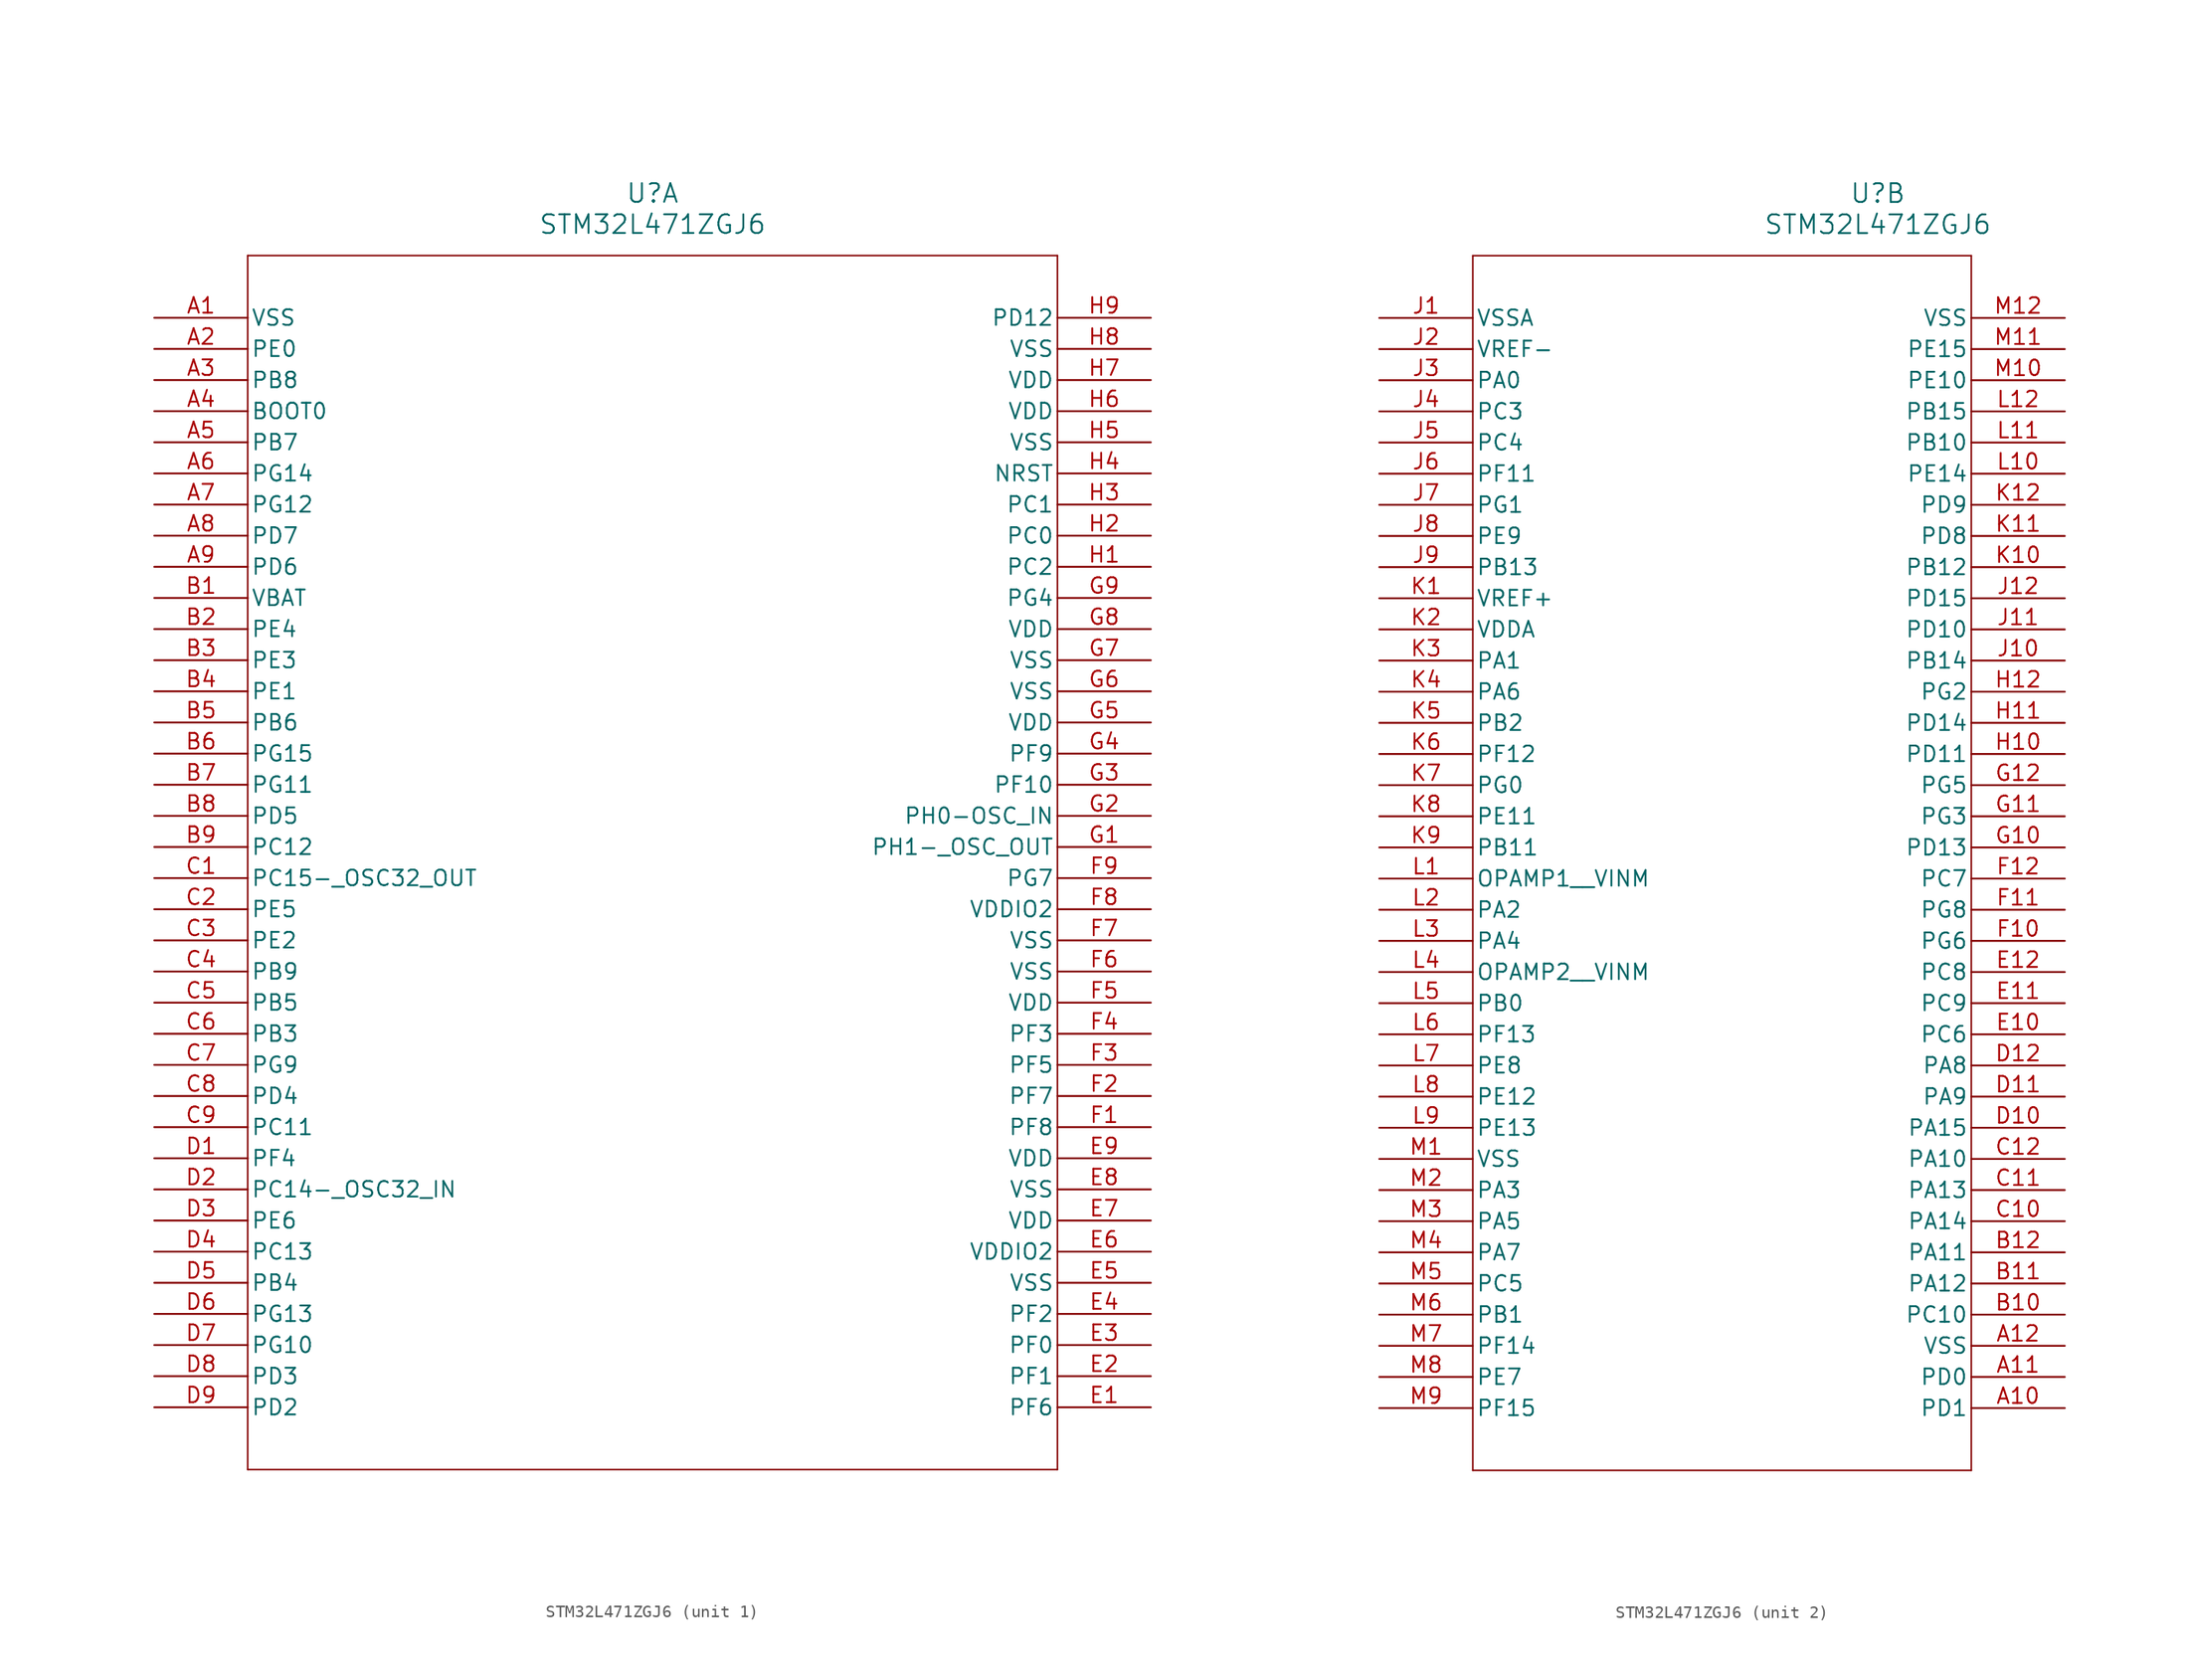
<source format=kicad_sym>
(kicad_symbol_lib
  (version 20211014)
  (generator kicad_symbol_editor)
  (symbol "STM32L471ZGJ6"
    (pin_names
      (offset 0.254))
    (property "Reference" "U"
      (at 40.64 10.16 0)
      (effects (font (size 1.524 1.524))))
    (property "Value" "STM32L471ZGJ6"
      (at 40.64 7.62 0)
      (effects (font (size 1.524 1.524))))
    (symbol "STM32L471ZGJ6_1_1"
      (polyline (pts (xy 7.62 5.08) (xy 7.62 -93.98)) (stroke (width .127) (type default) (color 0 0 0 0)) (fill (type none)))
      (polyline (pts (xy 7.62 -93.98) (xy 73.66 -93.98)) (stroke (width .127) (type default) (color 0 0 0 0)) (fill (type none)))
      (polyline (pts (xy 73.66 -93.98) (xy 73.66 5.08)) (stroke (width .127) (type default) (color 0 0 0 0)) (fill (type none)))
      (polyline (pts (xy 73.66 5.08) (xy 7.62 5.08)) (stroke (width .127) (type default) (color 0 0 0 0)) (fill (type none)))
      (pin power_out line (at 0 0 0) (length 7.62) (name "VSS" (effects (font (size 1.27 1.27)))) (number "A1" (effects (font (size 1.27 1.27)))))
      (pin bidirectional line (at 0 -2.54 0) (length 7.62) (name "PE0" (effects (font (size 1.27 1.27)))) (number "A2" (effects (font (size 1.27 1.27)))))
      (pin bidirectional line (at 0 -5.08 0) (length 7.62) (name "PB8" (effects (font (size 1.27 1.27)))) (number "A3" (effects (font (size 1.27 1.27)))))
      (pin input line (at 0 -7.62 0) (length 7.62) (name "BOOT0" (effects (font (size 1.27 1.27)))) (number "A4" (effects (font (size 1.27 1.27)))))
      (pin bidirectional line (at 0 -10.16 0) (length 7.62) (name "PB7" (effects (font (size 1.27 1.27)))) (number "A5" (effects (font (size 1.27 1.27)))))
      (pin bidirectional line (at 0 -12.7 0) (length 7.62) (name "PG14" (effects (font (size 1.27 1.27)))) (number "A6" (effects (font (size 1.27 1.27)))))
      (pin bidirectional line (at 0 -15.24 0) (length 7.62) (name "PG12" (effects (font (size 1.27 1.27)))) (number "A7" (effects (font (size 1.27 1.27)))))
      (pin bidirectional line (at 0 -17.78 0) (length 7.62) (name "PD7" (effects (font (size 1.27 1.27)))) (number "A8" (effects (font (size 1.27 1.27)))))
      (pin bidirectional line (at 0 -20.32 0) (length 7.62) (name "PD6" (effects (font (size 1.27 1.27)))) (number "A9" (effects (font (size 1.27 1.27)))))
      (pin power_in line (at 0 -22.86 0) (length 7.62) (name "VBAT" (effects (font (size 1.27 1.27)))) (number "B1" (effects (font (size 1.27 1.27)))))
      (pin bidirectional line (at 0 -25.4 0) (length 7.62) (name "PE4" (effects (font (size 1.27 1.27)))) (number "B2" (effects (font (size 1.27 1.27)))))
      (pin bidirectional line (at 0 -27.94 0) (length 7.62) (name "PE3" (effects (font (size 1.27 1.27)))) (number "B3" (effects (font (size 1.27 1.27)))))
      (pin bidirectional line (at 0 -30.48 0) (length 7.62) (name "PE1" (effects (font (size 1.27 1.27)))) (number "B4" (effects (font (size 1.27 1.27)))))
      (pin bidirectional line (at 0 -33.02 0) (length 7.62) (name "PB6" (effects (font (size 1.27 1.27)))) (number "B5" (effects (font (size 1.27 1.27)))))
      (pin bidirectional line (at 0 -35.56 0) (length 7.62) (name "PG15" (effects (font (size 1.27 1.27)))) (number "B6" (effects (font (size 1.27 1.27)))))
      (pin bidirectional line (at 0 -38.1 0) (length 7.62) (name "PG11" (effects (font (size 1.27 1.27)))) (number "B7" (effects (font (size 1.27 1.27)))))
      (pin bidirectional line (at 0 -40.64 0) (length 7.62) (name "PD5" (effects (font (size 1.27 1.27)))) (number "B8" (effects (font (size 1.27 1.27)))))
      (pin bidirectional line (at 0 -43.18 0) (length 7.62) (name "PC12" (effects (font (size 1.27 1.27)))) (number "B9" (effects (font (size 1.27 1.27)))))
      (pin bidirectional line (at 0 -45.72 0) (length 7.62) (name "PC15- OSC32_OUT" (effects (font (size 1.27 1.27)))) (number "C1" (effects (font (size 1.27 1.27)))))
      (pin bidirectional line (at 0 -48.26 0) (length 7.62) (name "PE5" (effects (font (size 1.27 1.27)))) (number "C2" (effects (font (size 1.27 1.27)))))
      (pin bidirectional line (at 0 -50.8 0) (length 7.62) (name "PE2" (effects (font (size 1.27 1.27)))) (number "C3" (effects (font (size 1.27 1.27)))))
      (pin bidirectional line (at 0 -53.34 0) (length 7.62) (name "PB9" (effects (font (size 1.27 1.27)))) (number "C4" (effects (font (size 1.27 1.27)))))
      (pin bidirectional line (at 0 -55.88 0) (length 7.62) (name "PB5" (effects (font (size 1.27 1.27)))) (number "C5" (effects (font (size 1.27 1.27)))))
      (pin bidirectional line (at 0 -58.42 0) (length 7.62) (name "PB3" (effects (font (size 1.27 1.27)))) (number "C6" (effects (font (size 1.27 1.27)))))
      (pin bidirectional line (at 0 -60.96 0) (length 7.62) (name "PG9" (effects (font (size 1.27 1.27)))) (number "C7" (effects (font (size 1.27 1.27)))))
      (pin bidirectional line (at 0 -63.5 0) (length 7.62) (name "PD4" (effects (font (size 1.27 1.27)))) (number "C8" (effects (font (size 1.27 1.27)))))
      (pin bidirectional line (at 0 -66.04 0) (length 7.62) (name "PC11" (effects (font (size 1.27 1.27)))) (number "C9" (effects (font (size 1.27 1.27)))))
      (pin bidirectional line (at 0 -68.58 0) (length 7.62) (name "PF4" (effects (font (size 1.27 1.27)))) (number "D1" (effects (font (size 1.27 1.27)))))
      (pin bidirectional line (at 0 -71.12 0) (length 7.62) (name "PC14- OSC32_IN" (effects (font (size 1.27 1.27)))) (number "D2" (effects (font (size 1.27 1.27)))))
      (pin bidirectional line (at 0 -73.66 0) (length 7.62) (name "PE6" (effects (font (size 1.27 1.27)))) (number "D3" (effects (font (size 1.27 1.27)))))
      (pin bidirectional line (at 0 -76.2 0) (length 7.62) (name "PC13" (effects (font (size 1.27 1.27)))) (number "D4" (effects (font (size 1.27 1.27)))))
      (pin bidirectional line (at 0 -78.74 0) (length 7.62) (name "PB4" (effects (font (size 1.27 1.27)))) (number "D5" (effects (font (size 1.27 1.27)))))
      (pin bidirectional line (at 0 -81.28 0) (length 7.62) (name "PG13" (effects (font (size 1.27 1.27)))) (number "D6" (effects (font (size 1.27 1.27)))))
      (pin bidirectional line (at 0 -83.82 0) (length 7.62) (name "PG10" (effects (font (size 1.27 1.27)))) (number "D7" (effects (font (size 1.27 1.27)))))
      (pin bidirectional line (at 0 -86.36 0) (length 7.62) (name "PD3" (effects (font (size 1.27 1.27)))) (number "D8" (effects (font (size 1.27 1.27)))))
      (pin bidirectional line (at 0 -88.9 0) (length 7.62) (name "PD2" (effects (font (size 1.27 1.27)))) (number "D9" (effects (font (size 1.27 1.27)))))
      (pin bidirectional line (at 81.28 -88.9 180) (length 7.62) (name "PF6" (effects (font (size 1.27 1.27)))) (number "E1" (effects (font (size 1.27 1.27)))))
      (pin bidirectional line (at 81.28 -86.36 180) (length 7.62) (name "PF1" (effects (font (size 1.27 1.27)))) (number "E2" (effects (font (size 1.27 1.27)))))
      (pin bidirectional line (at 81.28 -83.82 180) (length 7.62) (name "PF0" (effects (font (size 1.27 1.27)))) (number "E3" (effects (font (size 1.27 1.27)))))
      (pin bidirectional line (at 81.28 -81.28 180) (length 7.62) (name "PF2" (effects (font (size 1.27 1.27)))) (number "E4" (effects (font (size 1.27 1.27)))))
      (pin power_out line (at 81.28 -78.74 180) (length 7.62) (name "VSS" (effects (font (size 1.27 1.27)))) (number "E5" (effects (font (size 1.27 1.27)))))
      (pin power_in line (at 81.28 -76.2 180) (length 7.62) (name "VDDIO2" (effects (font (size 1.27 1.27)))) (number "E6" (effects (font (size 1.27 1.27)))))
      (pin power_in line (at 81.28 -73.66 180) (length 7.62) (name "VDD" (effects (font (size 1.27 1.27)))) (number "E7" (effects (font (size 1.27 1.27)))))
      (pin power_out line (at 81.28 -71.12 180) (length 7.62) (name "VSS" (effects (font (size 1.27 1.27)))) (number "E8" (effects (font (size 1.27 1.27)))))
      (pin power_in line (at 81.28 -68.58 180) (length 7.62) (name "VDD" (effects (font (size 1.27 1.27)))) (number "E9" (effects (font (size 1.27 1.27)))))
      (pin bidirectional line (at 81.28 -66.04 180) (length 7.62) (name "PF8" (effects (font (size 1.27 1.27)))) (number "F1" (effects (font (size 1.27 1.27)))))
      (pin bidirectional line (at 81.28 -63.5 180) (length 7.62) (name "PF7" (effects (font (size 1.27 1.27)))) (number "F2" (effects (font (size 1.27 1.27)))))
      (pin bidirectional line (at 81.28 -60.96 180) (length 7.62) (name "PF5" (effects (font (size 1.27 1.27)))) (number "F3" (effects (font (size 1.27 1.27)))))
      (pin bidirectional line (at 81.28 -58.42 180) (length 7.62) (name "PF3" (effects (font (size 1.27 1.27)))) (number "F4" (effects (font (size 1.27 1.27)))))
      (pin power_in line (at 81.28 -55.88 180) (length 7.62) (name "VDD" (effects (font (size 1.27 1.27)))) (number "F5" (effects (font (size 1.27 1.27)))))
      (pin power_out line (at 81.28 -53.34 180) (length 7.62) (name "VSS" (effects (font (size 1.27 1.27)))) (number "F6" (effects (font (size 1.27 1.27)))))
      (pin power_out line (at 81.28 -50.8 180) (length 7.62) (name "VSS" (effects (font (size 1.27 1.27)))) (number "F7" (effects (font (size 1.27 1.27)))))
      (pin power_in line (at 81.28 -48.26 180) (length 7.62) (name "VDDIO2" (effects (font (size 1.27 1.27)))) (number "F8" (effects (font (size 1.27 1.27)))))
      (pin bidirectional line (at 81.28 -45.72 180) (length 7.62) (name "PG7" (effects (font (size 1.27 1.27)))) (number "F9" (effects (font (size 1.27 1.27)))))
      (pin bidirectional line (at 81.28 -43.18 180) (length 7.62) (name "PH1- OSC_OUT" (effects (font (size 1.27 1.27)))) (number "G1" (effects (font (size 1.27 1.27)))))
      (pin bidirectional line (at 81.28 -40.64 180) (length 7.62) (name "PH0-OSC_IN" (effects (font (size 1.27 1.27)))) (number "G2" (effects (font (size 1.27 1.27)))))
      (pin bidirectional line (at 81.28 -38.1 180) (length 7.62) (name "PF10" (effects (font (size 1.27 1.27)))) (number "G3" (effects (font (size 1.27 1.27)))))
      (pin bidirectional line (at 81.28 -35.56 180) (length 7.62) (name "PF9" (effects (font (size 1.27 1.27)))) (number "G4" (effects (font (size 1.27 1.27)))))
      (pin power_in line (at 81.28 -33.02 180) (length 7.62) (name "VDD" (effects (font (size 1.27 1.27)))) (number "G5" (effects (font (size 1.27 1.27)))))
      (pin power_out line (at 81.28 -30.48 180) (length 7.62) (name "VSS" (effects (font (size 1.27 1.27)))) (number "G6" (effects (font (size 1.27 1.27)))))
      (pin power_out line (at 81.28 -27.94 180) (length 7.62) (name "VSS" (effects (font (size 1.27 1.27)))) (number "G7" (effects (font (size 1.27 1.27)))))
      (pin power_in line (at 81.28 -25.4 180) (length 7.62) (name "VDD" (effects (font (size 1.27 1.27)))) (number "G8" (effects (font (size 1.27 1.27)))))
      (pin bidirectional line (at 81.28 -22.86 180) (length 7.62) (name "PG4" (effects (font (size 1.27 1.27)))) (number "G9" (effects (font (size 1.27 1.27)))))
      (pin bidirectional line (at 81.28 -20.32 180) (length 7.62) (name "PC2" (effects (font (size 1.27 1.27)))) (number "H1" (effects (font (size 1.27 1.27)))))
      (pin bidirectional line (at 81.28 -17.78 180) (length 7.62) (name "PC0" (effects (font (size 1.27 1.27)))) (number "H2" (effects (font (size 1.27 1.27)))))
      (pin bidirectional line (at 81.28 -15.24 180) (length 7.62) (name "PC1" (effects (font (size 1.27 1.27)))) (number "H3" (effects (font (size 1.27 1.27)))))
      (pin bidirectional line (at 81.28 -12.7 180) (length 7.62) (name "NRST" (effects (font (size 1.27 1.27)))) (number "H4" (effects (font (size 1.27 1.27)))))
      (pin power_out line (at 81.28 -10.16 180) (length 7.62) (name "VSS" (effects (font (size 1.27 1.27)))) (number "H5" (effects (font (size 1.27 1.27)))))
      (pin power_in line (at 81.28 -7.62 180) (length 7.62) (name "VDD" (effects (font (size 1.27 1.27)))) (number "H6" (effects (font (size 1.27 1.27)))))
      (pin power_in line (at 81.28 -5.08 180) (length 7.62) (name "VDD" (effects (font (size 1.27 1.27)))) (number "H7" (effects (font (size 1.27 1.27)))))
      (pin power_out line (at 81.28 -2.54 180) (length 7.62) (name "VSS" (effects (font (size 1.27 1.27)))) (number "H8" (effects (font (size 1.27 1.27)))))
      (pin bidirectional line (at 81.28 0 180) (length 7.62) (name "PD12" (effects (font (size 1.27 1.27)))) (number "H9" (effects (font (size 1.27 1.27))))))
    (symbol "STM32L471ZGJ6_2_1"
      (polyline (pts (xy 7.62 5.08) (xy 7.62 -93.98)) (stroke (width .127) (type default) (color 0 0 0 0)) (fill (type none)))
      (polyline (pts (xy 7.62 -93.98) (xy 48.26 -93.98)) (stroke (width .127) (type default) (color 0 0 0 0)) (fill (type none)))
      (polyline (pts (xy 48.26 -93.98) (xy 48.26 5.08)) (stroke (width .127) (type default) (color 0 0 0 0)) (fill (type none)))
      (polyline (pts (xy 48.26 5.08) (xy 7.62 5.08)) (stroke (width .127) (type default) (color 0 0 0 0)) (fill (type none)))
      (pin power_out line (at 0 0 0) (length 7.62) (name "VSSA" (effects (font (size 1.27 1.27)))) (number "J1" (effects (font (size 1.27 1.27)))))
      (pin power_in line (at 0 -2.54 0) (length 7.62) (name "VREF-" (effects (font (size 1.27 1.27)))) (number "J2" (effects (font (size 1.27 1.27)))))
      (pin bidirectional line (at 0 -5.08 0) (length 7.62) (name "PA0" (effects (font (size 1.27 1.27)))) (number "J3" (effects (font (size 1.27 1.27)))))
      (pin bidirectional line (at 0 -7.62 0) (length 7.62) (name "PC3" (effects (font (size 1.27 1.27)))) (number "J4" (effects (font (size 1.27 1.27)))))
      (pin bidirectional line (at 0 -10.16 0) (length 7.62) (name "PC4" (effects (font (size 1.27 1.27)))) (number "J5" (effects (font (size 1.27 1.27)))))
      (pin bidirectional line (at 0 -12.7 0) (length 7.62) (name "PF11" (effects (font (size 1.27 1.27)))) (number "J6" (effects (font (size 1.27 1.27)))))
      (pin bidirectional line (at 0 -15.24 0) (length 7.62) (name "PG1" (effects (font (size 1.27 1.27)))) (number "J7" (effects (font (size 1.27 1.27)))))
      (pin bidirectional line (at 0 -17.78 0) (length 7.62) (name "PE9" (effects (font (size 1.27 1.27)))) (number "J8" (effects (font (size 1.27 1.27)))))
      (pin bidirectional line (at 0 -20.32 0) (length 7.62) (name "PB13" (effects (font (size 1.27 1.27)))) (number "J9" (effects (font (size 1.27 1.27)))))
      (pin power_in line (at 0 -22.86 0) (length 7.62) (name "VREF+" (effects (font (size 1.27 1.27)))) (number "K1" (effects (font (size 1.27 1.27)))))
      (pin power_in line (at 0 -25.4 0) (length 7.62) (name "VDDA" (effects (font (size 1.27 1.27)))) (number "K2" (effects (font (size 1.27 1.27)))))
      (pin bidirectional line (at 0 -27.94 0) (length 7.62) (name "PA1" (effects (font (size 1.27 1.27)))) (number "K3" (effects (font (size 1.27 1.27)))))
      (pin bidirectional line (at 0 -30.48 0) (length 7.62) (name "PA6" (effects (font (size 1.27 1.27)))) (number "K4" (effects (font (size 1.27 1.27)))))
      (pin bidirectional line (at 0 -33.02 0) (length 7.62) (name "PB2" (effects (font (size 1.27 1.27)))) (number "K5" (effects (font (size 1.27 1.27)))))
      (pin bidirectional line (at 0 -35.56 0) (length 7.62) (name "PF12" (effects (font (size 1.27 1.27)))) (number "K6" (effects (font (size 1.27 1.27)))))
      (pin bidirectional line (at 0 -38.1 0) (length 7.62) (name "PG0" (effects (font (size 1.27 1.27)))) (number "K7" (effects (font (size 1.27 1.27)))))
      (pin bidirectional line (at 0 -40.64 0) (length 7.62) (name "PE11" (effects (font (size 1.27 1.27)))) (number "K8" (effects (font (size 1.27 1.27)))))
      (pin bidirectional line (at 0 -43.18 0) (length 7.62) (name "PB11" (effects (font (size 1.27 1.27)))) (number "K9" (effects (font (size 1.27 1.27)))))
      (pin input line (at 0 -45.72 0) (length 7.62) (name "OPAMP1 _VINM" (effects (font (size 1.27 1.27)))) (number "L1" (effects (font (size 1.27 1.27)))))
      (pin bidirectional line (at 0 -48.26 0) (length 7.62) (name "PA2" (effects (font (size 1.27 1.27)))) (number "L2" (effects (font (size 1.27 1.27)))))
      (pin bidirectional line (at 0 -50.8 0) (length 7.62) (name "PA4" (effects (font (size 1.27 1.27)))) (number "L3" (effects (font (size 1.27 1.27)))))
      (pin input line (at 0 -53.34 0) (length 7.62) (name "OPAMP2 _VINM" (effects (font (size 1.27 1.27)))) (number "L4" (effects (font (size 1.27 1.27)))))
      (pin bidirectional line (at 0 -55.88 0) (length 7.62) (name "PB0" (effects (font (size 1.27 1.27)))) (number "L5" (effects (font (size 1.27 1.27)))))
      (pin bidirectional line (at 0 -58.42 0) (length 7.62) (name "PF13" (effects (font (size 1.27 1.27)))) (number "L6" (effects (font (size 1.27 1.27)))))
      (pin bidirectional line (at 0 -60.96 0) (length 7.62) (name "PE8" (effects (font (size 1.27 1.27)))) (number "L7" (effects (font (size 1.27 1.27)))))
      (pin bidirectional line (at 0 -63.5 0) (length 7.62) (name "PE12" (effects (font (size 1.27 1.27)))) (number "L8" (effects (font (size 1.27 1.27)))))
      (pin bidirectional line (at 0 -66.04 0) (length 7.62) (name "PE13" (effects (font (size 1.27 1.27)))) (number "L9" (effects (font (size 1.27 1.27)))))
      (pin power_out line (at 0 -68.58 0) (length 7.62) (name "VSS" (effects (font (size 1.27 1.27)))) (number "M1" (effects (font (size 1.27 1.27)))))
      (pin bidirectional line (at 0 -71.12 0) (length 7.62) (name "PA3" (effects (font (size 1.27 1.27)))) (number "M2" (effects (font (size 1.27 1.27)))))
      (pin bidirectional line (at 0 -73.66 0) (length 7.62) (name "PA5" (effects (font (size 1.27 1.27)))) (number "M3" (effects (font (size 1.27 1.27)))))
      (pin bidirectional line (at 0 -76.2 0) (length 7.62) (name "PA7" (effects (font (size 1.27 1.27)))) (number "M4" (effects (font (size 1.27 1.27)))))
      (pin bidirectional line (at 0 -78.74 0) (length 7.62) (name "PC5" (effects (font (size 1.27 1.27)))) (number "M5" (effects (font (size 1.27 1.27)))))
      (pin bidirectional line (at 0 -81.28 0) (length 7.62) (name "PB1" (effects (font (size 1.27 1.27)))) (number "M6" (effects (font (size 1.27 1.27)))))
      (pin bidirectional line (at 0 -83.82 0) (length 7.62) (name "PF14" (effects (font (size 1.27 1.27)))) (number "M7" (effects (font (size 1.27 1.27)))))
      (pin bidirectional line (at 0 -86.36 0) (length 7.62) (name "PE7" (effects (font (size 1.27 1.27)))) (number "M8" (effects (font (size 1.27 1.27)))))
      (pin bidirectional line (at 0 -88.9 0) (length 7.62) (name "PF15" (effects (font (size 1.27 1.27)))) (number "M9" (effects (font (size 1.27 1.27)))))
      (pin bidirectional line (at 55.88 -88.9 180) (length 7.62) (name "PD1" (effects (font (size 1.27 1.27)))) (number "A10" (effects (font (size 1.27 1.27)))))
      (pin bidirectional line (at 55.88 -86.36 180) (length 7.62) (name "PD0" (effects (font (size 1.27 1.27)))) (number "A11" (effects (font (size 1.27 1.27)))))
      (pin power_out line (at 55.88 -83.82 180) (length 7.62) (name "VSS" (effects (font (size 1.27 1.27)))) (number "A12" (effects (font (size 1.27 1.27)))))
      (pin bidirectional line (at 55.88 -81.28 180) (length 7.62) (name "PC10" (effects (font (size 1.27 1.27)))) (number "B10" (effects (font (size 1.27 1.27)))))
      (pin bidirectional line (at 55.88 -78.74 180) (length 7.62) (name "PA12" (effects (font (size 1.27 1.27)))) (number "B11" (effects (font (size 1.27 1.27)))))
      (pin bidirectional line (at 55.88 -76.2 180) (length 7.62) (name "PA11" (effects (font (size 1.27 1.27)))) (number "B12" (effects (font (size 1.27 1.27)))))
      (pin bidirectional line (at 55.88 -73.66 180) (length 7.62) (name "PA14" (effects (font (size 1.27 1.27)))) (number "C10" (effects (font (size 1.27 1.27)))))
      (pin bidirectional line (at 55.88 -71.12 180) (length 7.62) (name "PA13" (effects (font (size 1.27 1.27)))) (number "C11" (effects (font (size 1.27 1.27)))))
      (pin bidirectional line (at 55.88 -68.58 180) (length 7.62) (name "PA10" (effects (font (size 1.27 1.27)))) (number "C12" (effects (font (size 1.27 1.27)))))
      (pin bidirectional line (at 55.88 -66.04 180) (length 7.62) (name "PA15" (effects (font (size 1.27 1.27)))) (number "D10" (effects (font (size 1.27 1.27)))))
      (pin bidirectional line (at 55.88 -63.5 180) (length 7.62) (name "PA9" (effects (font (size 1.27 1.27)))) (number "D11" (effects (font (size 1.27 1.27)))))
      (pin bidirectional line (at 55.88 -60.96 180) (length 7.62) (name "PA8" (effects (font (size 1.27 1.27)))) (number "D12" (effects (font (size 1.27 1.27)))))
      (pin bidirectional line (at 55.88 -58.42 180) (length 7.62) (name "PC6" (effects (font (size 1.27 1.27)))) (number "E10" (effects (font (size 1.27 1.27)))))
      (pin bidirectional line (at 55.88 -55.88 180) (length 7.62) (name "PC9" (effects (font (size 1.27 1.27)))) (number "E11" (effects (font (size 1.27 1.27)))))
      (pin bidirectional line (at 55.88 -53.34 180) (length 7.62) (name "PC8" (effects (font (size 1.27 1.27)))) (number "E12" (effects (font (size 1.27 1.27)))))
      (pin bidirectional line (at 55.88 -50.8 180) (length 7.62) (name "PG6" (effects (font (size 1.27 1.27)))) (number "F10" (effects (font (size 1.27 1.27)))))
      (pin bidirectional line (at 55.88 -48.26 180) (length 7.62) (name "PG8" (effects (font (size 1.27 1.27)))) (number "F11" (effects (font (size 1.27 1.27)))))
      (pin bidirectional line (at 55.88 -45.72 180) (length 7.62) (name "PC7" (effects (font (size 1.27 1.27)))) (number "F12" (effects (font (size 1.27 1.27)))))
      (pin bidirectional line (at 55.88 -43.18 180) (length 7.62) (name "PD13" (effects (font (size 1.27 1.27)))) (number "G10" (effects (font (size 1.27 1.27)))))
      (pin bidirectional line (at 55.88 -40.64 180) (length 7.62) (name "PG3" (effects (font (size 1.27 1.27)))) (number "G11" (effects (font (size 1.27 1.27)))))
      (pin bidirectional line (at 55.88 -38.1 180) (length 7.62) (name "PG5" (effects (font (size 1.27 1.27)))) (number "G12" (effects (font (size 1.27 1.27)))))
      (pin bidirectional line (at 55.88 -35.56 180) (length 7.62) (name "PD11" (effects (font (size 1.27 1.27)))) (number "H10" (effects (font (size 1.27 1.27)))))
      (pin bidirectional line (at 55.88 -33.02 180) (length 7.62) (name "PD14" (effects (font (size 1.27 1.27)))) (number "H11" (effects (font (size 1.27 1.27)))))
      (pin bidirectional line (at 55.88 -30.48 180) (length 7.62) (name "PG2" (effects (font (size 1.27 1.27)))) (number "H12" (effects (font (size 1.27 1.27)))))
      (pin bidirectional line (at 55.88 -27.94 180) (length 7.62) (name "PB14" (effects (font (size 1.27 1.27)))) (number "J10" (effects (font (size 1.27 1.27)))))
      (pin bidirectional line (at 55.88 -25.4 180) (length 7.62) (name "PD10" (effects (font (size 1.27 1.27)))) (number "J11" (effects (font (size 1.27 1.27)))))
      (pin bidirectional line (at 55.88 -22.86 180) (length 7.62) (name "PD15" (effects (font (size 1.27 1.27)))) (number "J12" (effects (font (size 1.27 1.27)))))
      (pin bidirectional line (at 55.88 -20.32 180) (length 7.62) (name "PB12" (effects (font (size 1.27 1.27)))) (number "K10" (effects (font (size 1.27 1.27)))))
      (pin bidirectional line (at 55.88 -17.78 180) (length 7.62) (name "PD8" (effects (font (size 1.27 1.27)))) (number "K11" (effects (font (size 1.27 1.27)))))
      (pin bidirectional line (at 55.88 -15.24 180) (length 7.62) (name "PD9" (effects (font (size 1.27 1.27)))) (number "K12" (effects (font (size 1.27 1.27)))))
      (pin bidirectional line (at 55.88 -12.7 180) (length 7.62) (name "PE14" (effects (font (size 1.27 1.27)))) (number "L10" (effects (font (size 1.27 1.27)))))
      (pin bidirectional line (at 55.88 -10.16 180) (length 7.62) (name "PB10" (effects (font (size 1.27 1.27)))) (number "L11" (effects (font (size 1.27 1.27)))))
      (pin bidirectional line (at 55.88 -7.62 180) (length 7.62) (name "PB15" (effects (font (size 1.27 1.27)))) (number "L12" (effects (font (size 1.27 1.27)))))
      (pin bidirectional line (at 55.88 -5.08 180) (length 7.62) (name "PE10" (effects (font (size 1.27 1.27)))) (number "M10" (effects (font (size 1.27 1.27)))))
      (pin bidirectional line (at 55.88 -2.54 180) (length 7.62) (name "PE15" (effects (font (size 1.27 1.27)))) (number "M11" (effects (font (size 1.27 1.27)))))
      (pin power_out line (at 55.88 0 180) (length 7.62) (name "VSS" (effects (font (size 1.27 1.27)))) (number "M12" (effects (font (size 1.27 1.27))))))))
</source>
